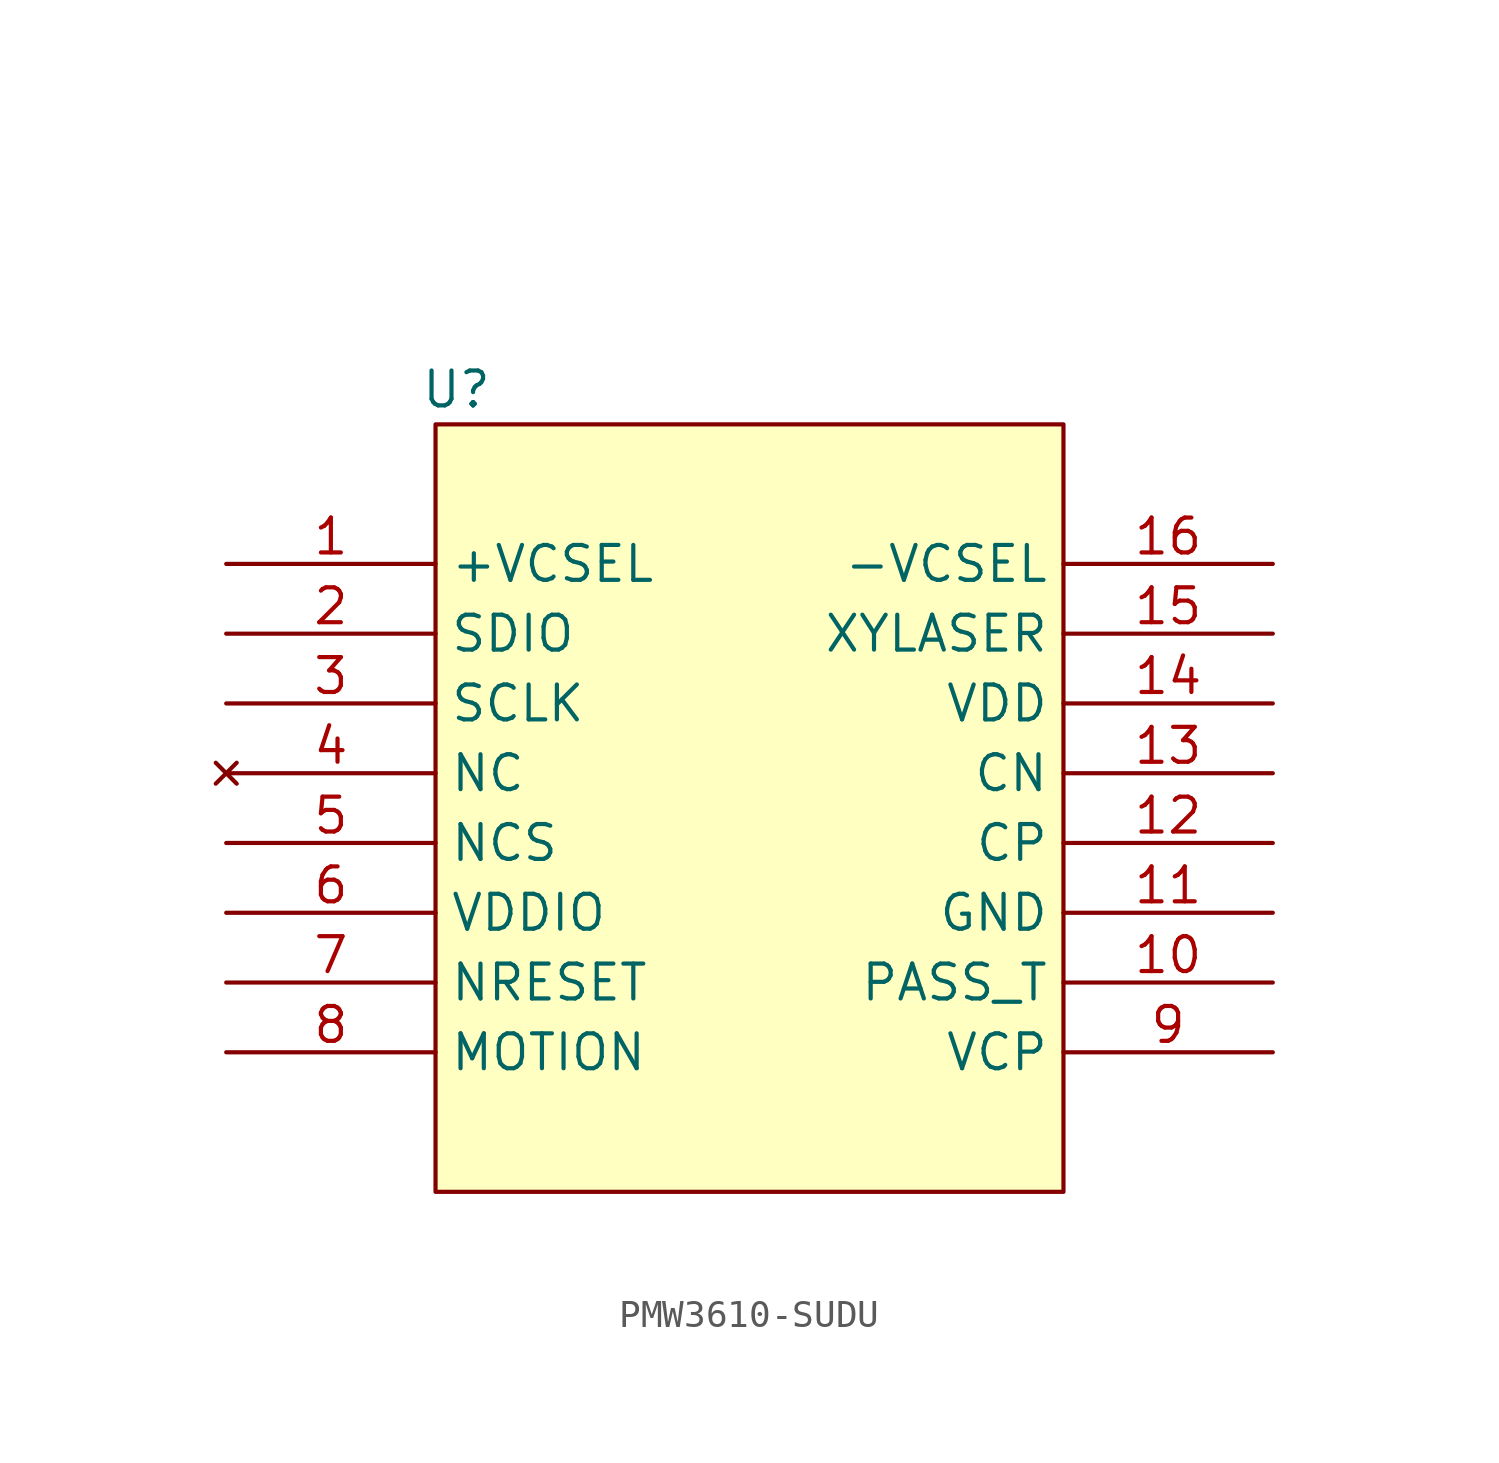
<source format=kicad_sym>
(kicad_symbol_lib
  (version 20231120)
  (generator "kicad_symbol_editor")
  (generator_version "8.0")
  (symbol "PMW3610-SUDU"
    (property "Reference" "U"
      (at -10.668 15.24 0)
      (effects (font (size 1.27 1.27))))
    (property "Value" ""
      (at 0 21.59 0)
      (effects (font (size 1.27 1.27))))
    (property "ki_locked" ""
      (at 0 0 0)
      (effects (font (size 1.27 1.27))))
    (symbol "PMW3610-SUDU_1_0"
      (rectangle (start -11.43 13.97) (end 11.43 -13.97) (stroke (width 0) (type solid)) (fill (type background))))
    (symbol "PMW3610-SUDU_1_1"
      (pin power_in line (at -19.05 8.89 0) (length 7.62) (name "+VCSEL" (effects (font (size 1.27 1.27)))) (number "1" (effects (font (size 1.27 1.27)))))
      (pin power_in line (at 19.05 -6.35 180) (length 7.62) (name "PASS_T" (effects (font (size 1.27 1.27)))) (number "10" (effects (font (size 1.27 1.27)))))
      (pin power_in line (at 19.05 -3.81 180) (length 7.62) (name "GND" (effects (font (size 1.27 1.27)))) (number "11" (effects (font (size 1.27 1.27)))))
      (pin power_out line (at 19.05 -1.27 180) (length 7.62) (name "CP" (effects (font (size 1.27 1.27)))) (number "12" (effects (font (size 1.27 1.27)))))
      (pin power_in line (at 19.05 1.27 180) (length 7.62) (name "CN" (effects (font (size 1.27 1.27)))) (number "13" (effects (font (size 1.27 1.27)))))
      (pin power_in line (at 19.05 3.81 180) (length 7.62) (name "VDD" (effects (font (size 1.27 1.27)))) (number "14" (effects (font (size 1.27 1.27)))))
      (pin power_in line (at 19.05 6.35 180) (length 7.62) (name "XYLASER" (effects (font (size 1.27 1.27)))) (number "15" (effects (font (size 1.27 1.27)))))
      (pin power_in line (at 19.05 8.89 180) (length 7.62) (name "-VCSEL" (effects (font (size 1.27 1.27)))) (number "16" (effects (font (size 1.27 1.27)))))
      (pin bidirectional line (at -19.05 6.35 0) (length 7.62) (name "SDIO" (effects (font (size 1.27 1.27)))) (number "2" (effects (font (size 1.27 1.27)))))
      (pin input line (at -19.05 3.81 0) (length 7.62) (name "SCLK" (effects (font (size 1.27 1.27)))) (number "3" (effects (font (size 1.27 1.27)))))
      (pin no_connect line (at -19.05 1.27 0) (length 7.62) (name "NC" (effects (font (size 1.27 1.27)))) (number "4" (effects (font (size 1.27 1.27)))))
      (pin input line (at -19.05 -1.27 0) (length 7.62) (name "NCS" (effects (font (size 1.27 1.27)))) (number "5" (effects (font (size 1.27 1.27)))))
      (pin power_in line (at -19.05 -3.81 0) (length 7.62) (name "VDDIO" (effects (font (size 1.27 1.27)))) (number "6" (effects (font (size 1.27 1.27)))))
      (pin input line (at -19.05 -6.35 0) (length 7.62) (name "NRESET" (effects (font (size 1.27 1.27)))) (number "7" (effects (font (size 1.27 1.27)))))
      (pin output line (at -19.05 -8.89 0) (length 7.62) (name "MOTION" (effects (font (size 1.27 1.27)))) (number "8" (effects (font (size 1.27 1.27)))))
      (pin power_out line (at 19.05 -8.89 180) (length 7.62) (name "VCP" (effects (font (size 1.27 1.27)))) (number "9" (effects (font (size 1.27 1.27))))))))
</source>
